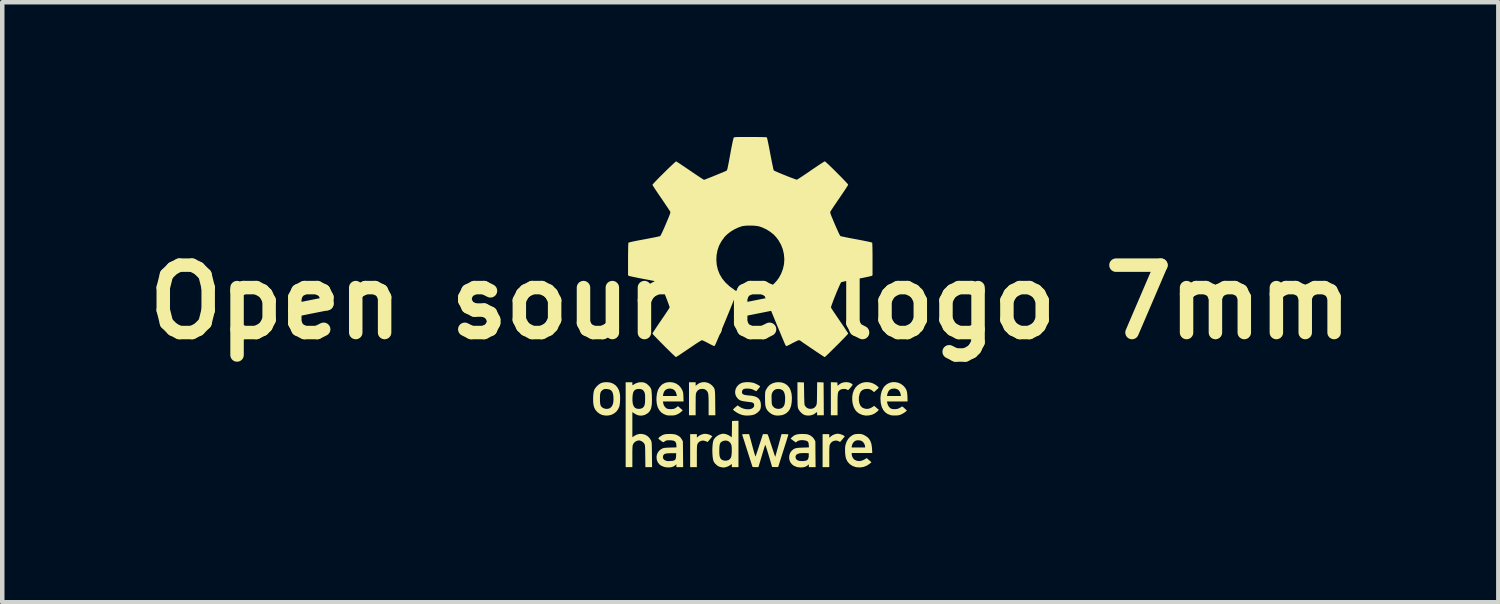
<source format=kicad_pcb>
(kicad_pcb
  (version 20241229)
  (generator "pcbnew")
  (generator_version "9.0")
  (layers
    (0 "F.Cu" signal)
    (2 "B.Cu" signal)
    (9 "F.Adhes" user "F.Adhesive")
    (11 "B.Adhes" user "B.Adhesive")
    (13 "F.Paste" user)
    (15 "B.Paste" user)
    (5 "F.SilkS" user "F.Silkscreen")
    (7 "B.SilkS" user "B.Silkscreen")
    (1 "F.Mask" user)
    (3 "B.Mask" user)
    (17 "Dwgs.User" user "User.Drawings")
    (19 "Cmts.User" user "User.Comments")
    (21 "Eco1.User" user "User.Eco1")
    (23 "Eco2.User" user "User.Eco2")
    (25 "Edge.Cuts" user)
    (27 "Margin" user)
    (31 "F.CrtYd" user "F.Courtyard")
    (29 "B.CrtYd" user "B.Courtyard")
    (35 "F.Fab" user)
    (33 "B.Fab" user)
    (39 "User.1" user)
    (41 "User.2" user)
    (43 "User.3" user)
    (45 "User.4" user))
  (footprint "Open source logo 7mm"
    (layer "F.Cu")
    (at 13.657 3.676)
    (property "Reference" "Open source logo 7mm" (at 0 0 0) (layer "F.SilkS") (effects (font (size 1.5 1.5) (thickness 0.3))))
    (attr board_only exclude_from_pos_files exclude_from_bom)
    (fp_poly (pts (xy -0.984 2.935) (xy -0.938 2.944) (xy -0.896 2.958) (xy -0.867 2.975) (xy -0.846 2.991) (xy -0.897 3.054) (xy -0.92 3.081) (xy -0.938 3.102) (xy -0.948 3.114) (xy -0.95 3.116) (xy -0.958 3.113) (xy -0.978 3.104) (xy -0.993 3.098) (xy -1.042 3.084) (xy -1.088 3.088) (xy -1.13 3.107) (xy -1.139 3.114) (xy -1.153 3.127) (xy -1.165 3.14) (xy -1.173 3.155) (xy -1.18 3.175) (xy -1.185 3.202) (xy -1.188 3.237) (xy -1.189 3.283) (xy -1.19 3.341) (xy -1.19 3.415) (xy -1.19 3.435) (xy -1.19 3.676) (xy -1.265 3.676) (xy -1.339 3.676) (xy -1.339 3.308) (xy -1.339 2.941) (xy -1.265 2.941) (xy -1.19 2.941) (xy -1.19 2.98) (xy -1.19 3.019) (xy -1.166 2.996) (xy -1.126 2.968) (xy -1.076 2.946) (xy -1.026 2.935)) (stroke (width 0) (type solid)) (fill yes) (layer "F.SilkS"))
    (fp_poly (pts (xy 1.981 2.936) (xy 2.02 2.946) (xy 2.057 2.96) (xy 2.083 2.975) (xy 2.104 2.992) (xy 2.07 3.033) (xy 2.048 3.06) (xy 2.027 3.084) (xy 2.017 3.096) (xy 2.003 3.111) (xy 1.993 3.113) (xy 1.977 3.104) (xy 1.936 3.087) (xy 1.891 3.084) (xy 1.848 3.095) (xy 1.81 3.119) (xy 1.781 3.155) (xy 1.779 3.159) (xy 1.773 3.172) (xy 1.769 3.184) (xy 1.765 3.199) (xy 1.763 3.218) (xy 1.761 3.244) (xy 1.76 3.279) (xy 1.759 3.326) (xy 1.759 3.386) (xy 1.759 3.437) (xy 1.759 3.676) (xy 1.685 3.676) (xy 1.61 3.676) (xy 1.61 3.308) (xy 1.61 2.941) (xy 1.685 2.941) (xy 1.759 2.941) (xy 1.759 2.981) (xy 1.759 3.022) (xy 1.794 2.991) (xy 1.832 2.964) (xy 1.88 2.944) (xy 1.929 2.933) (xy 1.947 2.932)) (stroke (width 0) (type solid)) (fill yes) (layer "F.SilkS"))
    (fp_poly (pts (xy 2.197 1.791) (xy 2.223 1.801) (xy 2.254 1.816) (xy 2.272 1.827) (xy 2.278 1.839) (xy 2.271 1.855) (xy 2.253 1.879) (xy 2.237 1.899) (xy 2.214 1.926) (xy 2.193 1.947) (xy 2.18 1.959) (xy 2.176 1.96) (xy 2.162 1.955) (xy 2.149 1.947) (xy 2.124 1.937) (xy 2.09 1.934) (xy 2.052 1.937) (xy 2.018 1.946) (xy 2.003 1.954) (xy 1.987 1.966) (xy 1.974 1.978) (xy 1.963 1.993) (xy 1.956 2.012) (xy 1.95 2.037) (xy 1.947 2.071) (xy 1.944 2.116) (xy 1.943 2.173) (xy 1.943 2.245) (xy 1.943 2.278) (xy 1.943 2.521) (xy 1.869 2.521) (xy 1.794 2.521) (xy 1.794 2.153) (xy 1.794 1.785) (xy 1.866 1.787) (xy 1.939 1.79) (xy 1.941 1.827) (xy 1.944 1.865) (xy 1.979 1.835) (xy 2.026 1.805) (xy 2.082 1.788) (xy 2.14 1.783)) (stroke (width 0) (type solid)) (fill yes) (layer "F.SilkS"))
    (fp_poly (pts (xy 2.644 1.786) (xy 2.712 1.803) (xy 2.777 1.834) (xy 2.826 1.869) (xy 2.845 1.888) (xy 2.858 1.902) (xy 2.86 1.907) (xy 2.853 1.916) (xy 2.836 1.933) (xy 2.812 1.954) (xy 2.806 1.96) (xy 2.755 2.006) (xy 2.732 1.984) (xy 2.689 1.953) (xy 2.64 1.936) (xy 2.599 1.933) (xy 2.542 1.94) (xy 2.496 1.959) (xy 2.461 1.991) (xy 2.437 2.037) (xy 2.422 2.097) (xy 2.418 2.126) (xy 2.418 2.193) (xy 2.429 2.251) (xy 2.449 2.301) (xy 2.479 2.338) (xy 2.508 2.358) (xy 2.565 2.377) (xy 2.619 2.379) (xy 2.674 2.363) (xy 2.714 2.341) (xy 2.759 2.311) (xy 2.811 2.356) (xy 2.863 2.401) (xy 2.83 2.435) (xy 2.777 2.477) (xy 2.714 2.507) (xy 2.645 2.524) (xy 2.574 2.528) (xy 2.505 2.516) (xy 2.486 2.51) (xy 2.422 2.481) (xy 2.371 2.443) (xy 2.336 2.401) (xy 2.303 2.339) (xy 2.281 2.267) (xy 2.27 2.189) (xy 2.27 2.11) (xy 2.282 2.033) (xy 2.306 1.963) (xy 2.343 1.902) (xy 2.39 1.854) (xy 2.446 1.817) (xy 2.509 1.793) (xy 2.575 1.783)) (stroke (width 0) (type solid)) (fill yes) (layer "F.SilkS"))
    (fp_poly (pts (xy -0.958 1.794) (xy -0.902 1.818) (xy -0.854 1.855) (xy -0.849 1.861) (xy -0.831 1.88) (xy -0.818 1.897) (xy -0.807 1.914) (xy -0.798 1.933) (xy -0.792 1.957) (xy -0.788 1.987) (xy -0.785 2.026) (xy -0.783 2.075) (xy -0.782 2.136) (xy -0.781 2.213) (xy -0.781 2.243) (xy -0.778 2.521) (xy -0.853 2.521) (xy -0.928 2.521) (xy -0.928 2.295) (xy -0.928 2.217) (xy -0.929 2.154) (xy -0.931 2.104) (xy -0.934 2.066) (xy -0.939 2.036) (xy -0.946 2.013) (xy -0.954 1.996) (xy -0.965 1.981) (xy -0.97 1.975) (xy -0.999 1.95) (xy -1.032 1.937) (xy -1.075 1.933) (xy -1.079 1.933) (xy -1.127 1.941) (xy -1.166 1.964) (xy -1.195 2.001) (xy -1.198 2.007) (xy -1.204 2.02) (xy -1.208 2.033) (xy -1.211 2.049) (xy -1.214 2.07) (xy -1.215 2.099) (xy -1.216 2.137) (xy -1.216 2.188) (xy -1.217 2.253) (xy -1.217 2.283) (xy -1.217 2.521) (xy -1.291 2.521) (xy -1.365 2.521) (xy -1.365 2.153) (xy -1.365 1.786) (xy -1.291 1.786) (xy -1.217 1.786) (xy -1.217 1.826) (xy -1.217 1.866) (xy -1.181 1.835) (xy -1.131 1.804) (xy -1.075 1.786) (xy -1.016 1.783)) (stroke (width 0) (type solid)) (fill yes) (layer "F.SilkS"))
    (fp_poly (pts (xy 1.123 1.787) (xy 1.195 1.79) (xy 1.199 2.041) (xy 1.2 2.114) (xy 1.202 2.172) (xy 1.203 2.216) (xy 1.205 2.249) (xy 1.207 2.273) (xy 1.21 2.29) (xy 1.213 2.302) (xy 1.218 2.311) (xy 1.222 2.316) (xy 1.254 2.351) (xy 1.292 2.371) (xy 1.332 2.378) (xy 1.382 2.374) (xy 1.424 2.355) (xy 1.457 2.321) (xy 1.465 2.306) (xy 1.471 2.295) (xy 1.475 2.282) (xy 1.478 2.267) (xy 1.481 2.245) (xy 1.483 2.217) (xy 1.484 2.178) (xy 1.485 2.127) (xy 1.486 2.061) (xy 1.486 2.028) (xy 1.489 1.785) (xy 1.561 1.787) (xy 1.632 1.79) (xy 1.635 2.155) (xy 1.637 2.521) (xy 1.562 2.521) (xy 1.488 2.521) (xy 1.488 2.486) (xy 1.486 2.461) (xy 1.479 2.452) (xy 1.466 2.459) (xy 1.456 2.469) (xy 1.422 2.496) (xy 1.376 2.515) (xy 1.324 2.526) (xy 1.269 2.527) (xy 1.219 2.518) (xy 1.208 2.515) (xy 1.169 2.494) (xy 1.129 2.461) (xy 1.095 2.421) (xy 1.07 2.381) (xy 1.065 2.368) (xy 1.061 2.353) (xy 1.057 2.336) (xy 1.055 2.313) (xy 1.053 2.283) (xy 1.052 2.243) (xy 1.051 2.192) (xy 1.05 2.128) (xy 1.05 2.055) (xy 1.05 1.785)) (stroke (width 0) (type solid)) (fill yes) (layer "F.SilkS"))
    (fp_poly (pts (xy 2.447 2.937) (xy 2.475 2.941) (xy 2.501 2.948) (xy 2.53 2.96) (xy 2.54 2.965) (xy 2.597 3) (xy 2.641 3.041) (xy 2.673 3.092) (xy 2.696 3.155) (xy 2.708 3.23) (xy 2.711 3.267) (xy 2.716 3.361) (xy 2.487 3.361) (xy 2.258 3.361) (xy 2.258 3.389) (xy 2.265 3.427) (xy 2.281 3.465) (xy 2.304 3.496) (xy 2.316 3.508) (xy 2.366 3.532) (xy 2.42 3.541) (xy 2.476 3.534) (xy 2.534 3.51) (xy 2.544 3.504) (xy 2.593 3.475) (xy 2.645 3.52) (xy 2.698 3.566) (xy 2.664 3.596) (xy 2.6 3.64) (xy 2.529 3.669) (xy 2.454 3.682) (xy 2.376 3.679) (xy 2.341 3.673) (xy 2.273 3.647) (xy 2.215 3.609) (xy 2.168 3.557) (xy 2.135 3.495) (xy 2.135 3.494) (xy 2.124 3.455) (xy 2.116 3.405) (xy 2.111 3.347) (xy 2.11 3.289) (xy 2.111 3.238) (xy 2.256 3.238) (xy 2.406 3.238) (xy 2.556 3.238) (xy 2.556 3.215) (xy 2.549 3.18) (xy 2.531 3.143) (xy 2.505 3.111) (xy 2.487 3.097) (xy 2.45 3.082) (xy 2.406 3.077) (xy 2.363 3.081) (xy 2.332 3.093) (xy 2.298 3.123) (xy 2.273 3.163) (xy 2.261 3.203) (xy 2.256 3.238) (xy 2.111 3.238) (xy 2.112 3.235) (xy 2.117 3.19) (xy 2.118 3.187) (xy 2.142 3.114) (xy 2.178 3.05) (xy 2.225 2.999) (xy 2.282 2.96) (xy 2.292 2.956) (xy 2.321 2.945) (xy 2.355 2.939) (xy 2.399 2.937) (xy 2.407 2.937)) (stroke (width 0) (type solid)) (fill yes) (layer "F.SilkS"))
    (fp_poly (pts (xy 3.294 1.796) (xy 3.355 1.823) (xy 3.409 1.864) (xy 3.421 1.877) (xy 3.45 1.911) (xy 3.47 1.945) (xy 3.484 1.982) (xy 3.493 2.027) (xy 3.498 2.083) (xy 3.499 2.107) (xy 3.503 2.214) (xy 3.274 2.214) (xy 3.044 2.214) (xy 3.05 2.247) (xy 3.066 2.298) (xy 3.093 2.34) (xy 3.122 2.365) (xy 3.145 2.376) (xy 3.171 2.383) (xy 3.205 2.385) (xy 3.217 2.385) (xy 3.263 2.381) (xy 3.302 2.37) (xy 3.342 2.349) (xy 3.366 2.333) (xy 3.375 2.327) (xy 3.385 2.328) (xy 3.399 2.336) (xy 3.42 2.353) (xy 3.436 2.368) (xy 3.488 2.415) (xy 3.457 2.442) (xy 3.433 2.461) (xy 3.4 2.481) (xy 3.371 2.496) (xy 3.338 2.511) (xy 3.307 2.52) (xy 3.272 2.524) (xy 3.24 2.526) (xy 3.191 2.526) (xy 3.149 2.523) (xy 3.124 2.518) (xy 3.057 2.492) (xy 3.002 2.453) (xy 2.96 2.402) (xy 2.928 2.339) (xy 2.908 2.262) (xy 2.904 2.233) (xy 2.898 2.141) (xy 2.903 2.092) (xy 3.044 2.092) (xy 3.199 2.092) (xy 3.354 2.092) (xy 3.349 2.055) (xy 3.333 2.003) (xy 3.306 1.964) (xy 3.268 1.938) (xy 3.219 1.926) (xy 3.199 1.926) (xy 3.147 1.932) (xy 3.106 1.952) (xy 3.076 1.987) (xy 3.056 2.035) (xy 3.05 2.059) (xy 3.044 2.092) (xy 2.903 2.092) (xy 2.907 2.056) (xy 2.928 1.979) (xy 2.961 1.912) (xy 2.993 1.87) (xy 3.044 1.827) (xy 3.102 1.798) (xy 3.165 1.783) (xy 3.23 1.783)) (stroke (width 0) (type solid)) (fill yes) (layer "F.SilkS"))
    (fp_poly (pts (xy -1.786 1.783) (xy -1.713 1.792) (xy -1.648 1.817) (xy -1.591 1.856) (xy -1.545 1.909) (xy -1.522 1.949) (xy -1.509 1.975) (xy -1.501 1.998) (xy -1.495 2.022) (xy -1.492 2.053) (xy -1.49 2.094) (xy -1.489 2.11) (xy -1.486 2.214) (xy -1.716 2.214) (xy -1.945 2.214) (xy -1.939 2.252) (xy -1.926 2.295) (xy -1.902 2.334) (xy -1.871 2.364) (xy -1.862 2.369) (xy -1.83 2.38) (xy -1.788 2.385) (xy -1.743 2.384) (xy -1.703 2.377) (xy -1.68 2.369) (xy -1.655 2.353) (xy -1.633 2.337) (xy -1.631 2.335) (xy -1.611 2.317) (xy -1.558 2.364) (xy -1.505 2.41) (xy -1.534 2.44) (xy -1.557 2.459) (xy -1.589 2.481) (xy -1.617 2.496) (xy -1.649 2.51) (xy -1.678 2.519) (xy -1.711 2.524) (xy -1.748 2.526) (xy -1.788 2.526) (xy -1.825 2.525) (xy -1.853 2.522) (xy -1.858 2.521) (xy -1.926 2.495) (xy -1.983 2.457) (xy -2.028 2.406) (xy -2.061 2.343) (xy -2.082 2.268) (xy -2.09 2.181) (xy -2.089 2.123) (xy -2.085 2.092) (xy -1.945 2.092) (xy -1.79 2.092) (xy -1.635 2.092) (xy -1.641 2.059) (xy -1.658 2.006) (xy -1.686 1.966) (xy -1.725 1.939) (xy -1.774 1.927) (xy -1.795 1.926) (xy -1.846 1.933) (xy -1.887 1.955) (xy -1.917 1.99) (xy -1.936 2.038) (xy -1.939 2.055) (xy -1.945 2.092) (xy -2.085 2.092) (xy -2.078 2.034) (xy -2.056 1.959) (xy -2.022 1.897) (xy -1.977 1.847) (xy -1.953 1.829) (xy -1.904 1.803) (xy -1.852 1.788) (xy -1.792 1.783)) (stroke (width 0) (type solid)) (fill yes) (layer "F.SilkS"))
    (fp_poly (pts (xy -3.121 1.792) (xy -3.057 1.815) (xy -3.002 1.852) (xy -2.958 1.902) (xy -2.925 1.964) (xy -2.906 2.037) (xy -2.905 2.041) (xy -2.9 2.087) (xy -2.899 2.141) (xy -2.9 2.198) (xy -2.904 2.254) (xy -2.911 2.301) (xy -2.917 2.329) (xy -2.945 2.39) (xy -2.985 2.442) (xy -3.036 2.482) (xy -3.095 2.511) (xy -3.161 2.526) (xy -3.23 2.527) (xy -3.296 2.515) (xy -3.35 2.491) (xy -3.401 2.454) (xy -3.443 2.408) (xy -3.454 2.391) (xy -3.476 2.347) (xy -3.49 2.297) (xy -3.498 2.238) (xy -3.5 2.166) (xy -3.5 2.152) (xy -3.348 2.152) (xy -3.348 2.153) (xy -3.347 2.214) (xy -3.343 2.261) (xy -3.335 2.296) (xy -3.322 2.322) (xy -3.303 2.342) (xy -3.277 2.359) (xy -3.273 2.362) (xy -3.231 2.376) (xy -3.187 2.379) (xy -3.145 2.371) (xy -3.118 2.357) (xy -3.086 2.326) (xy -3.064 2.285) (xy -3.05 2.233) (xy -3.046 2.168) (xy -3.048 2.103) (xy -3.057 2.043) (xy -3.074 1.998) (xy -3.1 1.966) (xy -3.136 1.946) (xy -3.184 1.937) (xy -3.193 1.936) (xy -3.227 1.935) (xy -3.25 1.938) (xy -3.27 1.946) (xy -3.282 1.953) (xy -3.306 1.972) (xy -3.324 1.992) (xy -3.336 2.017) (xy -3.343 2.05) (xy -3.347 2.094) (xy -3.348 2.152) (xy -3.5 2.152) (xy -3.499 2.117) (xy -3.495 2.054) (xy -3.488 2.004) (xy -3.478 1.965) (xy -3.462 1.931) (xy -3.439 1.9) (xy -3.41 1.868) (xy -3.366 1.83) (xy -3.323 1.804) (xy -3.275 1.79) (xy -3.217 1.784) (xy -3.194 1.784)) (stroke (width 0) (type solid)) (fill yes) (layer "F.SilkS"))
    (fp_poly (pts (xy 0.696 1.79) (xy 0.756 1.809) (xy 0.811 1.843) (xy 0.83 1.86) (xy 0.87 1.907) (xy 0.899 1.968) (xy 0.918 2.04) (xy 0.926 2.124) (xy 0.923 2.217) (xy 0.921 2.239) (xy 0.907 2.317) (xy 0.882 2.382) (xy 0.846 2.435) (xy 0.798 2.477) (xy 0.753 2.502) (xy 0.704 2.518) (xy 0.646 2.526) (xy 0.587 2.527) (xy 0.535 2.519) (xy 0.533 2.518) (xy 0.474 2.494) (xy 0.422 2.455) (xy 0.395 2.428) (xy 0.372 2.4) (xy 0.356 2.372) (xy 0.344 2.341) (xy 0.336 2.304) (xy 0.331 2.258) (xy 0.329 2.199) (xy 0.328 2.149) (xy 0.328 2.096) (xy 0.473 2.096) (xy 0.474 2.135) (xy 0.474 2.166) (xy 0.476 2.214) (xy 0.478 2.248) (xy 0.481 2.273) (xy 0.486 2.291) (xy 0.494 2.306) (xy 0.498 2.314) (xy 0.53 2.349) (xy 0.572 2.371) (xy 0.622 2.379) (xy 0.637 2.378) (xy 0.675 2.372) (xy 0.704 2.359) (xy 0.707 2.358) (xy 0.729 2.338) (xy 0.746 2.318) (xy 0.758 2.292) (xy 0.768 2.253) (xy 0.774 2.205) (xy 0.776 2.152) (xy 0.775 2.104) (xy 0.765 2.043) (xy 0.747 1.996) (xy 0.719 1.963) (xy 0.681 1.943) (xy 0.632 1.935) (xy 0.621 1.934) (xy 0.571 1.941) (xy 0.532 1.961) (xy 0.501 1.996) (xy 0.492 2.013) (xy 0.483 2.031) (xy 0.478 2.048) (xy 0.475 2.068) (xy 0.473 2.096) (xy 0.328 2.096) (xy 0.328 2.094) (xy 0.329 2.053) (xy 0.331 2.023) (xy 0.333 2.001) (xy 0.338 1.983) (xy 0.344 1.966) (xy 0.351 1.952) (xy 0.389 1.89) (xy 0.437 1.842) (xy 0.496 1.809) (xy 0.564 1.789) (xy 0.627 1.784)) (stroke (width 0) (type solid)) (fill yes) (layer "F.SilkS"))
    (fp_poly (pts (xy -0.263 3.159) (xy -0.263 3.676) (xy -0.337 3.676) (xy -0.411 3.676) (xy -0.411 3.641) (xy -0.411 3.606) (xy -0.448 3.632) (xy -0.487 3.655) (xy -0.533 3.673) (xy -0.577 3.683) (xy -0.599 3.684) (xy -0.624 3.682) (xy -0.656 3.675) (xy -0.667 3.673) (xy -0.693 3.664) (xy -0.715 3.655) (xy -0.736 3.64) (xy -0.763 3.616) (xy -0.769 3.611) (xy -0.793 3.586) (xy -0.811 3.558) (xy -0.824 3.526) (xy -0.833 3.484) (xy -0.84 3.43) (xy -0.841 3.409) (xy -0.844 3.356) (xy -0.69 3.356) (xy -0.687 3.41) (xy -0.678 3.451) (xy -0.664 3.482) (xy -0.644 3.504) (xy -0.617 3.52) (xy -0.608 3.523) (xy -0.568 3.532) (xy -0.526 3.53) (xy -0.488 3.52) (xy -0.473 3.511) (xy -0.45 3.491) (xy -0.434 3.468) (xy -0.423 3.439) (xy -0.417 3.399) (xy -0.413 3.347) (xy -0.413 3.33) (xy -0.412 3.276) (xy -0.414 3.23) (xy -0.418 3.196) (xy -0.42 3.186) (xy -0.44 3.141) (xy -0.472 3.108) (xy -0.511 3.089) (xy -0.557 3.083) (xy -0.606 3.093) (xy -0.611 3.095) (xy -0.638 3.109) (xy -0.658 3.125) (xy -0.672 3.148) (xy -0.682 3.179) (xy -0.687 3.221) (xy -0.69 3.278) (xy -0.69 3.287) (xy -0.69 3.356) (xy -0.844 3.356) (xy -0.845 3.341) (xy -0.845 3.272) (xy -0.842 3.207) (xy -0.836 3.149) (xy -0.827 3.101) (xy -0.816 3.067) (xy -0.815 3.065) (xy -0.783 3.02) (xy -0.739 2.982) (xy -0.687 2.952) (xy -0.633 2.935) (xy -0.599 2.932) (xy -0.553 2.938) (xy -0.502 2.956) (xy -0.455 2.982) (xy -0.452 2.984) (xy -0.412 3.011) (xy -0.409 2.83) (xy -0.407 2.648) (xy -0.335 2.645) (xy -0.263 2.643)) (stroke (width 0) (type solid)) (fill yes) (layer "F.SilkS"))
    (fp_poly (pts (xy 1.198 2.938) (xy 1.239 2.941) (xy 1.271 2.945) (xy 1.284 2.948) (xy 1.336 2.97) (xy 1.382 3.003) (xy 1.417 3.044) (xy 1.426 3.059) (xy 1.449 3.102) (xy 1.451 3.389) (xy 1.454 3.676) (xy 1.379 3.676) (xy 1.304 3.676) (xy 1.304 3.645) (xy 1.304 3.613) (xy 1.274 3.639) (xy 1.234 3.664) (xy 1.182 3.679) (xy 1.123 3.683) (xy 1.059 3.677) (xy 1.033 3.671) (xy 0.973 3.647) (xy 0.926 3.612) (xy 0.891 3.566) (xy 0.87 3.512) (xy 0.865 3.463) (xy 0.866 3.448) (xy 1.007 3.448) (xy 1.014 3.486) (xy 1.036 3.514) (xy 1.072 3.532) (xy 1.121 3.541) (xy 1.172 3.541) (xy 1.207 3.537) (xy 1.238 3.531) (xy 1.259 3.525) (xy 1.259 3.525) (xy 1.28 3.506) (xy 1.295 3.474) (xy 1.302 3.434) (xy 1.302 3.405) (xy 1.3 3.365) (xy 1.243 3.363) (xy 1.166 3.362) (xy 1.104 3.367) (xy 1.058 3.379) (xy 1.027 3.399) (xy 1.01 3.425) (xy 1.007 3.448) (xy 0.866 3.448) (xy 0.872 3.401) (xy 0.893 3.348) (xy 0.928 3.304) (xy 0.931 3.302) (xy 0.955 3.282) (xy 0.979 3.267) (xy 1.005 3.257) (xy 1.037 3.249) (xy 1.077 3.245) (xy 1.131 3.242) (xy 1.167 3.241) (xy 1.306 3.236) (xy 1.302 3.18) (xy 1.297 3.139) (xy 1.285 3.112) (xy 1.263 3.094) (xy 1.227 3.083) (xy 1.215 3.08) (xy 1.161 3.074) (xy 1.11 3.077) (xy 1.067 3.089) (xy 1.041 3.104) (xy 1.015 3.127) (xy 0.982 3.104) (xy 0.955 3.084) (xy 0.928 3.064) (xy 0.923 3.06) (xy 0.897 3.039) (xy 0.934 3.004) (xy 0.97 2.975) (xy 1.011 2.955) (xy 1.059 2.943) (xy 1.12 2.938) (xy 1.155 2.937)) (stroke (width 0) (type solid)) (fill yes) (layer "F.SilkS"))
    (fp_poly (pts (xy -1.738 2.939) (xy -1.69 2.944) (xy -1.654 2.953) (xy -1.599 2.979) (xy -1.559 3.01) (xy -1.529 3.051) (xy -1.525 3.057) (xy -1.501 3.103) (xy -1.498 3.389) (xy -1.495 3.676) (xy -1.57 3.676) (xy -1.645 3.676) (xy -1.645 3.645) (xy -1.645 3.613) (xy -1.675 3.639) (xy -1.716 3.664) (xy -1.768 3.679) (xy -1.827 3.683) (xy -1.89 3.677) (xy -1.917 3.671) (xy -1.978 3.647) (xy -2.027 3.612) (xy -2.061 3.566) (xy -2.083 3.508) (xy -2.083 3.506) (xy -2.087 3.454) (xy -1.947 3.454) (xy -1.938 3.488) (xy -1.914 3.515) (xy -1.876 3.534) (xy -1.873 3.535) (xy -1.845 3.54) (xy -1.808 3.541) (xy -1.767 3.539) (xy -1.729 3.535) (xy -1.7 3.528) (xy -1.695 3.527) (xy -1.674 3.512) (xy -1.661 3.488) (xy -1.654 3.453) (xy -1.652 3.422) (xy -1.65 3.365) (xy -1.76 3.366) (xy -1.819 3.367) (xy -1.864 3.371) (xy -1.896 3.378) (xy -1.918 3.389) (xy -1.932 3.404) (xy -1.939 3.417) (xy -1.947 3.454) (xy -2.087 3.454) (xy -2.088 3.445) (xy -2.077 3.388) (xy -2.051 3.337) (xy -2.011 3.293) (xy -1.961 3.262) (xy -1.942 3.255) (xy -1.921 3.249) (xy -1.894 3.246) (xy -1.857 3.243) (xy -1.808 3.241) (xy -1.783 3.24) (xy -1.645 3.236) (xy -1.645 3.199) (xy -1.649 3.154) (xy -1.662 3.12) (xy -1.684 3.097) (xy -1.719 3.084) (xy -1.768 3.078) (xy -1.795 3.077) (xy -1.833 3.077) (xy -1.859 3.08) (xy -1.88 3.087) (xy -1.902 3.099) (xy -1.93 3.12) (xy -1.943 3.119) (xy -1.965 3.107) (xy -1.994 3.085) (xy -2.02 3.065) (xy -2.039 3.048) (xy -2.048 3.038) (xy -2.048 3.037) (xy -2.041 3.024) (xy -2.023 3.007) (xy -1.997 2.988) (xy -1.968 2.97) (xy -1.941 2.956) (xy -1.931 2.952) (xy -1.894 2.943) (xy -1.845 2.938) (xy -1.791 2.937)) (stroke (width 0) (type solid)) (fill yes) (layer "F.SilkS"))
    (fp_poly (pts (xy -0.013 1.785) (xy 0.046 1.794) (xy 0.077 1.801) (xy 0.104 1.812) (xy 0.136 1.826) (xy 0.167 1.843) (xy 0.194 1.858) (xy 0.213 1.871) (xy 0.219 1.879) (xy 0.213 1.89) (xy 0.197 1.911) (xy 0.172 1.941) (xy 0.159 1.956) (xy 0.132 1.986) (xy 0.078 1.958) (xy 0.045 1.943) (xy 0.016 1.934) (xy -0.018 1.929) (xy -0.048 1.927) (xy -0.101 1.927) (xy -0.138 1.934) (xy -0.164 1.948) (xy -0.179 1.971) (xy -0.182 1.98) (xy -0.186 2.012) (xy -0.179 2.037) (xy -0.158 2.055) (xy -0.123 2.068) (xy -0.073 2.076) (xy -0.039 2.079) (xy 0.037 2.087) (xy 0.098 2.1) (xy 0.146 2.12) (xy 0.182 2.146) (xy 0.21 2.181) (xy 0.22 2.201) (xy 0.23 2.237) (xy 0.236 2.281) (xy 0.235 2.328) (xy 0.229 2.369) (xy 0.224 2.385) (xy 0.202 2.421) (xy 0.167 2.456) (xy 0.125 2.486) (xy 0.089 2.504) (xy 0.042 2.517) (xy -0.015 2.525) (xy -0.075 2.527) (xy -0.131 2.524) (xy -0.173 2.516) (xy -0.235 2.495) (xy -0.294 2.465) (xy -0.343 2.432) (xy -0.351 2.426) (xy -0.386 2.396) (xy -0.366 2.374) (xy -0.346 2.355) (xy -0.321 2.333) (xy -0.313 2.327) (xy -0.28 2.301) (xy -0.251 2.323) (xy -0.2 2.354) (xy -0.142 2.376) (xy -0.082 2.387) (xy -0.025 2.387) (xy 0.022 2.377) (xy 0.059 2.357) (xy 0.08 2.332) (xy 0.087 2.299) (xy 0.088 2.296) (xy 0.082 2.266) (xy 0.064 2.245) (xy 0.031 2.232) (xy 0.003 2.228) (xy -0.069 2.22) (xy -0.126 2.212) (xy -0.17 2.205) (xy -0.204 2.196) (xy -0.231 2.186) (xy -0.252 2.173) (xy -0.271 2.156) (xy -0.289 2.138) (xy -0.32 2.091) (xy -0.336 2.039) (xy -0.337 1.986) (xy -0.325 1.934) (xy -0.3 1.886) (xy -0.263 1.844) (xy -0.215 1.812) (xy -0.183 1.798) (xy -0.134 1.788) (xy -0.075 1.783)) (stroke (width 0) (type solid)) (fill yes) (layer "F.SilkS"))
    (fp_poly (pts (xy -0.015 2.982) (xy -0.009 3.003) (xy 0.000346 3.037) (xy 0.013 3.082) (xy 0.027 3.135) (xy 0.043 3.194) (xy 0.053 3.232) (xy 0.069 3.289) (xy 0.083 3.34) (xy 0.096 3.383) (xy 0.106 3.416) (xy 0.112 3.435) (xy 0.114 3.44) (xy 0.118 3.432) (xy 0.127 3.409) (xy 0.139 3.374) (xy 0.155 3.328) (xy 0.173 3.274) (xy 0.193 3.213) (xy 0.2 3.19) (xy 0.281 2.941) (xy 0.333 2.941) (xy 0.361 2.942) (xy 0.382 2.945) (xy 0.389 2.949) (xy 0.393 2.959) (xy 0.401 2.983) (xy 0.414 3.02) (xy 0.429 3.068) (xy 0.447 3.123) (xy 0.467 3.184) (xy 0.472 3.199) (xy 0.492 3.261) (xy 0.511 3.317) (xy 0.527 3.366) (xy 0.54 3.405) (xy 0.549 3.432) (xy 0.553 3.444) (xy 0.554 3.445) (xy 0.557 3.438) (xy 0.564 3.416) (xy 0.574 3.381) (xy 0.587 3.335) (xy 0.602 3.28) (xy 0.619 3.219) (xy 0.626 3.195) (xy 0.695 2.941) (xy 0.772 2.941) (xy 0.806 2.942) (xy 0.833 2.944) (xy 0.847 2.947) (xy 0.849 2.948) (xy 0.846 2.958) (xy 0.839 2.983) (xy 0.827 3.02) (xy 0.812 3.07) (xy 0.794 3.128) (xy 0.772 3.195) (xy 0.749 3.268) (xy 0.735 3.312) (xy 0.711 3.387) (xy 0.689 3.457) (xy 0.669 3.521) (xy 0.652 3.575) (xy 0.638 3.619) (xy 0.628 3.651) (xy 0.622 3.669) (xy 0.621 3.672) (xy 0.613 3.674) (xy 0.592 3.675) (xy 0.562 3.675) (xy 0.554 3.674) (xy 0.486 3.672) (xy 0.412 3.42) (xy 0.393 3.358) (xy 0.376 3.302) (xy 0.36 3.254) (xy 0.348 3.216) (xy 0.338 3.191) (xy 0.333 3.18) (xy 0.332 3.18) (xy 0.328 3.19) (xy 0.319 3.216) (xy 0.308 3.254) (xy 0.293 3.302) (xy 0.276 3.358) (xy 0.258 3.419) (xy 0.254 3.433) (xy 0.181 3.676) (xy 0.117 3.676) (xy 0.086 3.675) (xy 0.062 3.673) (xy 0.05 3.67) (xy 0.05 3.67) (xy 0.046 3.66) (xy 0.038 3.636) (xy 0.026 3.598) (xy 0.01 3.549) (xy -0.009 3.491) (xy -0.03 3.424) (xy -0.053 3.352) (xy -0.065 3.315) (xy -0.089 3.24) (xy -0.111 3.17) (xy -0.131 3.106) (xy -0.149 3.052) (xy -0.163 3.007) (xy -0.174 2.975) (xy -0.18 2.957) (xy -0.181 2.954) (xy -0.18 2.948) (xy -0.172 2.944) (xy -0.153 2.942) (xy -0.12 2.941) (xy -0.106 2.941) (xy -0.027 2.941)) (stroke (width 0) (type solid)) (fill yes) (layer "F.SilkS"))
    (fp_poly (pts (xy -2.359 1.794) (xy -2.322 1.811) (xy -2.284 1.839) (xy -2.248 1.873) (xy -2.221 1.91) (xy -2.207 1.939) (xy -2.201 1.967) (xy -2.197 2.009) (xy -2.193 2.06) (xy -2.191 2.116) (xy -2.19 2.173) (xy -2.191 2.227) (xy -2.193 2.275) (xy -2.196 2.301) (xy -2.208 2.363) (xy -2.229 2.413) (xy -2.258 2.453) (xy -2.292 2.481) (xy -2.349 2.513) (xy -2.411 2.528) (xy -2.444 2.529) (xy -2.493 2.523) (xy -2.542 2.504) (xy -2.585 2.478) (xy -2.626 2.45) (xy -2.626 2.73) (xy -2.626 3.011) (xy -2.589 2.984) (xy -2.532 2.953) (xy -2.472 2.937) (xy -2.412 2.937) (xy -2.353 2.95) (xy -2.299 2.977) (xy -2.253 3.017) (xy -2.217 3.069) (xy -2.211 3.08) (xy -2.206 3.092) (xy -2.202 3.105) (xy -2.198 3.121) (xy -2.196 3.141) (xy -2.194 3.168) (xy -2.193 3.204) (xy -2.192 3.252) (xy -2.191 3.312) (xy -2.19 3.387) (xy -2.19 3.398) (xy -2.187 3.676) (xy -2.261 3.676) (xy -2.336 3.676) (xy -2.339 3.433) (xy -2.34 3.361) (xy -2.34 3.304) (xy -2.342 3.26) (xy -2.343 3.227) (xy -2.345 3.203) (xy -2.348 3.185) (xy -2.352 3.171) (xy -2.357 3.16) (xy -2.359 3.155) (xy -2.384 3.124) (xy -2.42 3.099) (xy -2.459 3.083) (xy -2.481 3.081) (xy -2.523 3.089) (xy -2.563 3.11) (xy -2.595 3.141) (xy -2.606 3.159) (xy -2.612 3.172) (xy -2.617 3.184) (xy -2.62 3.199) (xy -2.622 3.218) (xy -2.624 3.244) (xy -2.625 3.279) (xy -2.626 3.326) (xy -2.626 3.386) (xy -2.626 3.437) (xy -2.626 3.676) (xy -2.7 3.676) (xy -2.775 3.676) (xy -2.775 2.731) (xy -2.775 2.201) (xy -2.624 2.201) (xy -2.616 2.264) (xy -2.6 2.313) (xy -2.575 2.348) (xy -2.542 2.369) (xy -2.498 2.378) (xy -2.47 2.378) (xy -2.432 2.372) (xy -2.403 2.359) (xy -2.4 2.358) (xy -2.378 2.338) (xy -2.362 2.314) (xy -2.351 2.283) (xy -2.345 2.241) (xy -2.342 2.187) (xy -2.342 2.158) (xy -2.342 2.108) (xy -2.343 2.072) (xy -2.346 2.046) (xy -2.351 2.025) (xy -2.359 2.005) (xy -2.36 2.003) (xy -2.382 1.968) (xy -2.41 1.947) (xy -2.449 1.936) (xy -2.481 1.934) (xy -2.528 1.939) (xy -2.563 1.953) (xy -2.59 1.978) (xy -2.608 2.015) (xy -2.619 2.067) (xy -2.624 2.123) (xy -2.624 2.201) (xy -2.775 2.201) (xy -2.775 1.786) (xy -2.7 1.786) (xy -2.626 1.786) (xy -2.626 1.822) (xy -2.625 1.844) (xy -2.622 1.852) (xy -2.613 1.848) (xy -2.606 1.843) (xy -2.543 1.807) (xy -2.477 1.787) (xy -2.41 1.785)) (stroke (width 0) (type solid)) (fill yes) (layer "F.SilkS"))
    (fp_poly (pts (xy -0.001 -3.676) (xy 0.077 -3.676) (xy 0.149 -3.675) (xy 0.214 -3.674) (xy 0.27 -3.673) (xy 0.315 -3.672) (xy 0.347 -3.671) (xy 0.364 -3.669) (xy 0.366 -3.668) (xy 0.371 -3.658) (xy 0.379 -3.63) (xy 0.389 -3.587) (xy 0.401 -3.528) (xy 0.416 -3.455) (xy 0.433 -3.368) (xy 0.445 -3.301) (xy 0.46 -3.224) (xy 0.474 -3.152) (xy 0.487 -3.087) (xy 0.499 -3.031) (xy 0.508 -2.985) (xy 0.516 -2.953) (xy 0.521 -2.935) (xy 0.522 -2.932) (xy 0.534 -2.925) (xy 0.559 -2.913) (xy 0.596 -2.897) (xy 0.641 -2.877) (xy 0.693 -2.856) (xy 0.748 -2.833) (xy 0.805 -2.81) (xy 0.86 -2.788) (xy 0.913 -2.768) (xy 0.959 -2.751) (xy 0.996 -2.737) (xy 1.023 -2.728) (xy 1.037 -2.725) (xy 1.037 -2.725) (xy 1.048 -2.73) (xy 1.072 -2.745) (xy 1.106 -2.767) (xy 1.151 -2.796) (xy 1.203 -2.831) (xy 1.261 -2.87) (xy 1.324 -2.913) (xy 1.349 -2.931) (xy 1.414 -2.975) (xy 1.474 -3.015) (xy 1.528 -3.052) (xy 1.575 -3.083) (xy 1.613 -3.107) (xy 1.641 -3.124) (xy 1.657 -3.133) (xy 1.659 -3.133) (xy 1.669 -3.127) (xy 1.689 -3.11) (xy 1.718 -3.084) (xy 1.755 -3.05) (xy 1.797 -3.009) (xy 1.843 -2.964) (xy 1.892 -2.916) (xy 1.941 -2.866) (xy 1.99 -2.817) (xy 2.037 -2.77) (xy 2.079 -2.726) (xy 2.116 -2.687) (xy 2.146 -2.655) (xy 2.168 -2.631) (xy 2.178 -2.616) (xy 2.179 -2.614) (xy 2.175 -2.603) (xy 2.161 -2.58) (xy 2.139 -2.546) (xy 2.111 -2.502) (xy 2.077 -2.451) (xy 2.038 -2.394) (xy 1.996 -2.332) (xy 1.986 -2.317) (xy 1.942 -2.253) (xy 1.902 -2.194) (xy 1.865 -2.14) (xy 1.834 -2.093) (xy 1.809 -2.055) (xy 1.792 -2.028) (xy 1.783 -2.013) (xy 1.783 -2.012) (xy 1.781 -2.003) (xy 1.781 -1.992) (xy 1.784 -1.977) (xy 1.791 -1.955) (xy 1.802 -1.925) (xy 1.818 -1.885) (xy 1.84 -1.834) (xy 1.867 -1.769) (xy 1.882 -1.733) (xy 1.914 -1.66) (xy 1.942 -1.598) (xy 1.965 -1.546) (xy 1.985 -1.506) (xy 1.999 -1.48) (xy 2.007 -1.469) (xy 2.007 -1.469) (xy 2.019 -1.466) (xy 2.046 -1.459) (xy 2.087 -1.451) (xy 2.138 -1.44) (xy 2.2 -1.428) (xy 2.269 -1.415) (xy 2.343 -1.401) (xy 2.365 -1.397) (xy 2.465 -1.378) (xy 2.549 -1.361) (xy 2.616 -1.348) (xy 2.665 -1.337) (xy 2.697 -1.328) (xy 2.713 -1.322) (xy 2.714 -1.321) (xy 2.716 -1.31) (xy 2.717 -1.283) (xy 2.719 -1.242) (xy 2.72 -1.19) (xy 2.721 -1.128) (xy 2.722 -1.058) (xy 2.722 -0.983) (xy 2.722 -0.952) (xy 2.722 -0.596) (xy 2.702 -0.583) (xy 2.689 -0.579) (xy 2.661 -0.572) (xy 2.62 -0.563) (xy 2.568 -0.552) (xy 2.507 -0.539) (xy 2.438 -0.526) (xy 2.365 -0.513) (xy 2.363 -0.512) (xy 2.29 -0.498) (xy 2.222 -0.485) (xy 2.16 -0.473) (xy 2.108 -0.462) (xy 2.067 -0.453) (xy 2.038 -0.446) (xy 2.025 -0.442) (xy 2.025 -0.442) (xy 2.017 -0.431) (xy 2.004 -0.406) (xy 1.987 -0.369) (xy 1.967 -0.324) (xy 1.944 -0.271) (xy 1.92 -0.214) (xy 1.896 -0.154) (xy 1.872 -0.095) (xy 1.85 -0.039) (xy 1.831 0.013) (xy 1.815 0.057) (xy 1.803 0.092) (xy 1.797 0.114) (xy 1.797 0.121) (xy 1.802 0.132) (xy 1.817 0.155) (xy 1.839 0.19) (xy 1.868 0.234) (xy 1.903 0.285) (xy 1.941 0.342) (xy 1.984 0.404) (xy 1.99 0.414) (xy 2.032 0.476) (xy 2.071 0.533) (xy 2.106 0.585) (xy 2.135 0.63) (xy 2.158 0.665) (xy 2.173 0.689) (xy 2.179 0.701) (xy 2.179 0.702) (xy 2.173 0.71) (xy 2.156 0.73) (xy 2.13 0.758) (xy 2.096 0.794) (xy 2.056 0.835) (xy 2.011 0.881) (xy 1.963 0.93) (xy 1.913 0.979) (xy 1.864 1.028) (xy 1.816 1.075) (xy 1.772 1.119) (xy 1.733 1.157) (xy 1.7 1.188) (xy 1.675 1.211) (xy 1.66 1.223) (xy 1.656 1.225) (xy 1.647 1.221) (xy 1.626 1.207) (xy 1.594 1.187) (xy 1.554 1.16) (xy 1.507 1.129) (xy 1.456 1.095) (xy 1.402 1.058) (xy 1.347 1.022) (xy 1.294 0.985) (xy 1.244 0.951) (xy 1.199 0.921) (xy 1.162 0.895) (xy 1.134 0.875) (xy 1.121 0.865) (xy 1.1 0.853) (xy 1.081 0.849) (xy 1.067 0.853) (xy 1.041 0.864) (xy 1.006 0.881) (xy 0.965 0.902) (xy 0.94 0.914) (xy 0.898 0.937) (xy 0.861 0.956) (xy 0.831 0.97) (xy 0.812 0.979) (xy 0.808 0.98) (xy 0.795 0.974) (xy 0.784 0.961) (xy 0.778 0.948) (xy 0.766 0.922) (xy 0.749 0.883) (xy 0.728 0.832) (xy 0.702 0.772) (xy 0.674 0.703) (xy 0.643 0.629) (xy 0.609 0.549) (xy 0.575 0.466) (xy 0.54 0.381) (xy 0.505 0.296) (xy 0.471 0.212) (xy 0.438 0.132) (xy 0.407 0.056) (xy 0.378 -0.015) (xy 0.353 -0.077) (xy 0.332 -0.13) (xy 0.315 -0.172) (xy 0.304 -0.202) (xy 0.298 -0.218) (xy 0.298 -0.22) (xy 0.305 -0.232) (xy 0.325 -0.25) (xy 0.356 -0.274) (xy 0.37 -0.283) (xy 0.456 -0.345) (xy 0.528 -0.408) (xy 0.588 -0.473) (xy 0.639 -0.543) (xy 0.682 -0.622) (xy 0.687 -0.632) (xy 0.727 -0.737) (xy 0.751 -0.844) (xy 0.758 -0.954) (xy 0.749 -1.063) (xy 0.725 -1.171) (xy 0.685 -1.275) (xy 0.629 -1.374) (xy 0.581 -1.439) (xy 0.519 -1.505) (xy 0.443 -1.565) (xy 0.359 -1.618) (xy 0.269 -1.66) (xy 0.204 -1.683) (xy 0.155 -1.693) (xy 0.095 -1.7) (xy 0.028 -1.703) (xy -0.04 -1.703) (xy -0.105 -1.7) (xy -0.162 -1.693) (xy -0.193 -1.686) (xy -0.275 -1.657) (xy -0.358 -1.617) (xy -0.437 -1.569) (xy -0.508 -1.514) (xy -0.567 -1.457) (xy -0.574 -1.448) (xy -0.643 -1.353) (xy -0.696 -1.255) (xy -0.731 -1.151) (xy -0.751 -1.042) (xy -0.756 -0.941) (xy -0.747 -0.827) (xy -0.722 -0.719) (xy -0.682 -0.619) (xy -0.626 -0.524) (xy -0.554 -0.436) (xy -0.465 -0.353) (xy -0.36 -0.276) (xy -0.335 -0.259) (xy -0.312 -0.242) (xy -0.299 -0.226) (xy -0.298 -0.22) (xy -0.301 -0.21) (xy -0.31 -0.185) (xy -0.325 -0.147) (xy -0.345 -0.098) (xy -0.369 -0.039) (xy -0.396 0.029) (xy -0.426 0.103) (xy -0.458 0.182) (xy -0.492 0.265) (xy -0.527 0.35) (xy -0.562 0.435) (xy -0.597 0.519) (xy -0.631 0.6) (xy -0.663 0.677) (xy -0.692 0.748) (xy -0.719 0.811) (xy -0.742 0.865) (xy -0.761 0.909) (xy -0.775 0.94) (xy -0.783 0.958) (xy -0.784 0.961) (xy -0.797 0.975) (xy -0.806 0.98) (xy -0.817 0.976) (xy -0.84 0.965) (xy -0.873 0.949) (xy -0.913 0.928) (xy -0.938 0.915) (xy -0.981 0.892) (xy -1.02 0.873) (xy -1.051 0.859) (xy -1.072 0.85) (xy -1.078 0.849) (xy -1.089 0.854) (xy -1.113 0.868) (xy -1.148 0.889) (xy -1.191 0.917) (xy -1.243 0.951) (xy -1.3 0.99) (xy -1.362 1.032) (xy -1.37 1.037) (xy -1.432 1.079) (xy -1.49 1.118) (xy -1.541 1.153) (xy -1.585 1.182) (xy -1.62 1.204) (xy -1.644 1.219) (xy -1.656 1.225) (xy -1.656 1.225) (xy -1.665 1.219) (xy -1.684 1.202) (xy -1.713 1.175) (xy -1.75 1.14) (xy -1.794 1.097) (xy -1.844 1.048) (xy -1.898 0.995) (xy -1.923 0.969) (xy -1.978 0.914) (xy -2.029 0.862) (xy -2.075 0.815) (xy -2.114 0.775) (xy -2.145 0.742) (xy -2.167 0.718) (xy -2.178 0.704) (xy -2.179 0.701) (xy -2.175 0.692) (xy -2.161 0.669) (xy -2.139 0.636) (xy -2.111 0.593) (xy -2.077 0.542) (xy -2.039 0.485) (xy -1.997 0.424) (xy -1.99 0.414) (xy -1.948 0.351) (xy -1.908 0.293) (xy -1.873 0.241) (xy -1.843 0.196) (xy -1.82 0.16) (xy -1.804 0.135) (xy -1.797 0.122) (xy -1.797 0.121) (xy -1.798 0.108) (xy -1.806 0.082) (xy -1.82 0.044) (xy -1.837 -0.003) (xy -1.857 -0.057) (xy -1.88 -0.115) (xy -1.904 -0.174) (xy -1.928 -0.233) (xy -1.952 -0.289) (xy -1.974 -0.34) (xy -1.993 -0.383) (xy -2.009 -0.416) (xy -2.021 -0.436) (xy -2.025 -0.442) (xy -2.038 -0.446) (xy -2.066 -0.453) (xy -2.107 -0.462) (xy -2.159 -0.473) (xy -2.22 -0.485) (xy -2.288 -0.498) (xy -2.361 -0.512) (xy -2.363 -0.512) (xy -2.436 -0.526) (xy -2.505 -0.539) (xy -2.566 -0.552) (xy -2.619 -0.563) (xy -2.66 -0.572) (xy -2.689 -0.579) (xy -2.702 -0.583) (xy -2.702 -0.583) (xy -2.722 -0.596) (xy -2.722 -0.952) (xy -2.722 -1.03) (xy -2.721 -1.102) (xy -2.72 -1.167) (xy -2.719 -1.223) (xy -2.718 -1.269) (xy -2.716 -1.301) (xy -2.715 -1.318) (xy -2.714 -1.321) (xy -2.703 -1.326) (xy -2.675 -1.333) (xy -2.631 -1.344) (xy -2.57 -1.357) (xy -2.494 -1.372) (xy -2.401 -1.389) (xy -2.365 -1.396) (xy -2.29 -1.41) (xy -2.219 -1.424) (xy -2.156 -1.436) (xy -2.101 -1.447) (xy -2.057 -1.457) (xy -2.026 -1.464) (xy -2.01 -1.468) (xy -2.008 -1.469) (xy -1.999 -1.48) (xy -1.985 -1.506) (xy -1.964 -1.548) (xy -1.939 -1.603) (xy -1.908 -1.672) (xy -1.882 -1.733) (xy -1.852 -1.805) (xy -1.828 -1.862) (xy -1.809 -1.908) (xy -1.796 -1.942) (xy -1.787 -1.968) (xy -1.782 -1.986) (xy -1.78 -1.999) (xy -1.781 -2.008) (xy -1.783 -2.012) (xy -1.789 -2.024) (xy -1.805 -2.049) (xy -1.829 -2.085) (xy -1.859 -2.13) (xy -1.894 -2.182) (xy -1.934 -2.241) (xy -1.976 -2.304) (xy -1.986 -2.317) (xy -2.028 -2.379) (xy -2.068 -2.438) (xy -2.103 -2.49) (xy -2.133 -2.535) (xy -2.156 -2.571) (xy -2.172 -2.596) (xy -2.179 -2.609) (xy -2.179 -2.61) (xy -2.173 -2.62) (xy -2.156 -2.639) (xy -2.13 -2.668) (xy -2.095 -2.704) (xy -2.055 -2.746) (xy -2.01 -2.792) (xy -1.961 -2.84) (xy -1.912 -2.889) (xy -1.862 -2.938) (xy -1.814 -2.985) (xy -1.769 -3.027) (xy -1.729 -3.065) (xy -1.696 -3.096) (xy -1.671 -3.118) (xy -1.655 -3.13) (xy -1.651 -3.132) (xy -1.641 -3.127) (xy -1.618 -3.112) (xy -1.584 -3.09) (xy -1.54 -3.061) (xy -1.488 -3.026) (xy -1.43 -2.987) (xy -1.367 -2.944) (xy -1.34 -2.926) (xy -1.276 -2.882) (xy -1.215 -2.841) (xy -1.161 -2.805) (xy -1.114 -2.774) (xy -1.076 -2.749) (xy -1.049 -2.732) (xy -1.033 -2.723) (xy -1.031 -2.722) (xy -1.02 -2.725) (xy -0.996 -2.734) (xy -0.961 -2.748) (xy -0.917 -2.765) (xy -0.866 -2.785) (xy -0.812 -2.807) (xy -0.756 -2.83) (xy -0.702 -2.852) (xy -0.651 -2.873) (xy -0.606 -2.891) (xy -0.57 -2.907) (xy -0.545 -2.918) (xy -0.536 -2.922) (xy -0.53 -2.926) (xy -0.525 -2.93) (xy -0.52 -2.937) (xy -0.516 -2.947) (xy -0.511 -2.963) (xy -0.505 -2.987) (xy -0.498 -3.019) (xy -0.49 -3.061) (xy -0.479 -3.114) (xy -0.467 -3.181) (xy -0.452 -3.263) (xy -0.441 -3.322) (xy -0.426 -3.406) (xy -0.411 -3.481) (xy -0.398 -3.545) (xy -0.387 -3.596) (xy -0.378 -3.633) (xy -0.372 -3.655) (xy -0.369 -3.661) (xy -0.365 -3.665) (xy -0.358 -3.668) (xy -0.347 -3.67) (xy -0.33 -3.672) (xy -0.305 -3.674) (xy -0.272 -3.675) (xy -0.227 -3.675) (xy -0.17 -3.676) (xy -0.099 -3.676) (xy -0.013 -3.676)) (stroke (width 0) (type solid)) (fill yes) (layer "F.SilkS")))
  (gr_rect
    (start -3 -3)
    (end 30.314 10.36)
    (stroke (width 0.1) (type default))
    (fill no)
    (layer "Edge.Cuts")))
</source>
